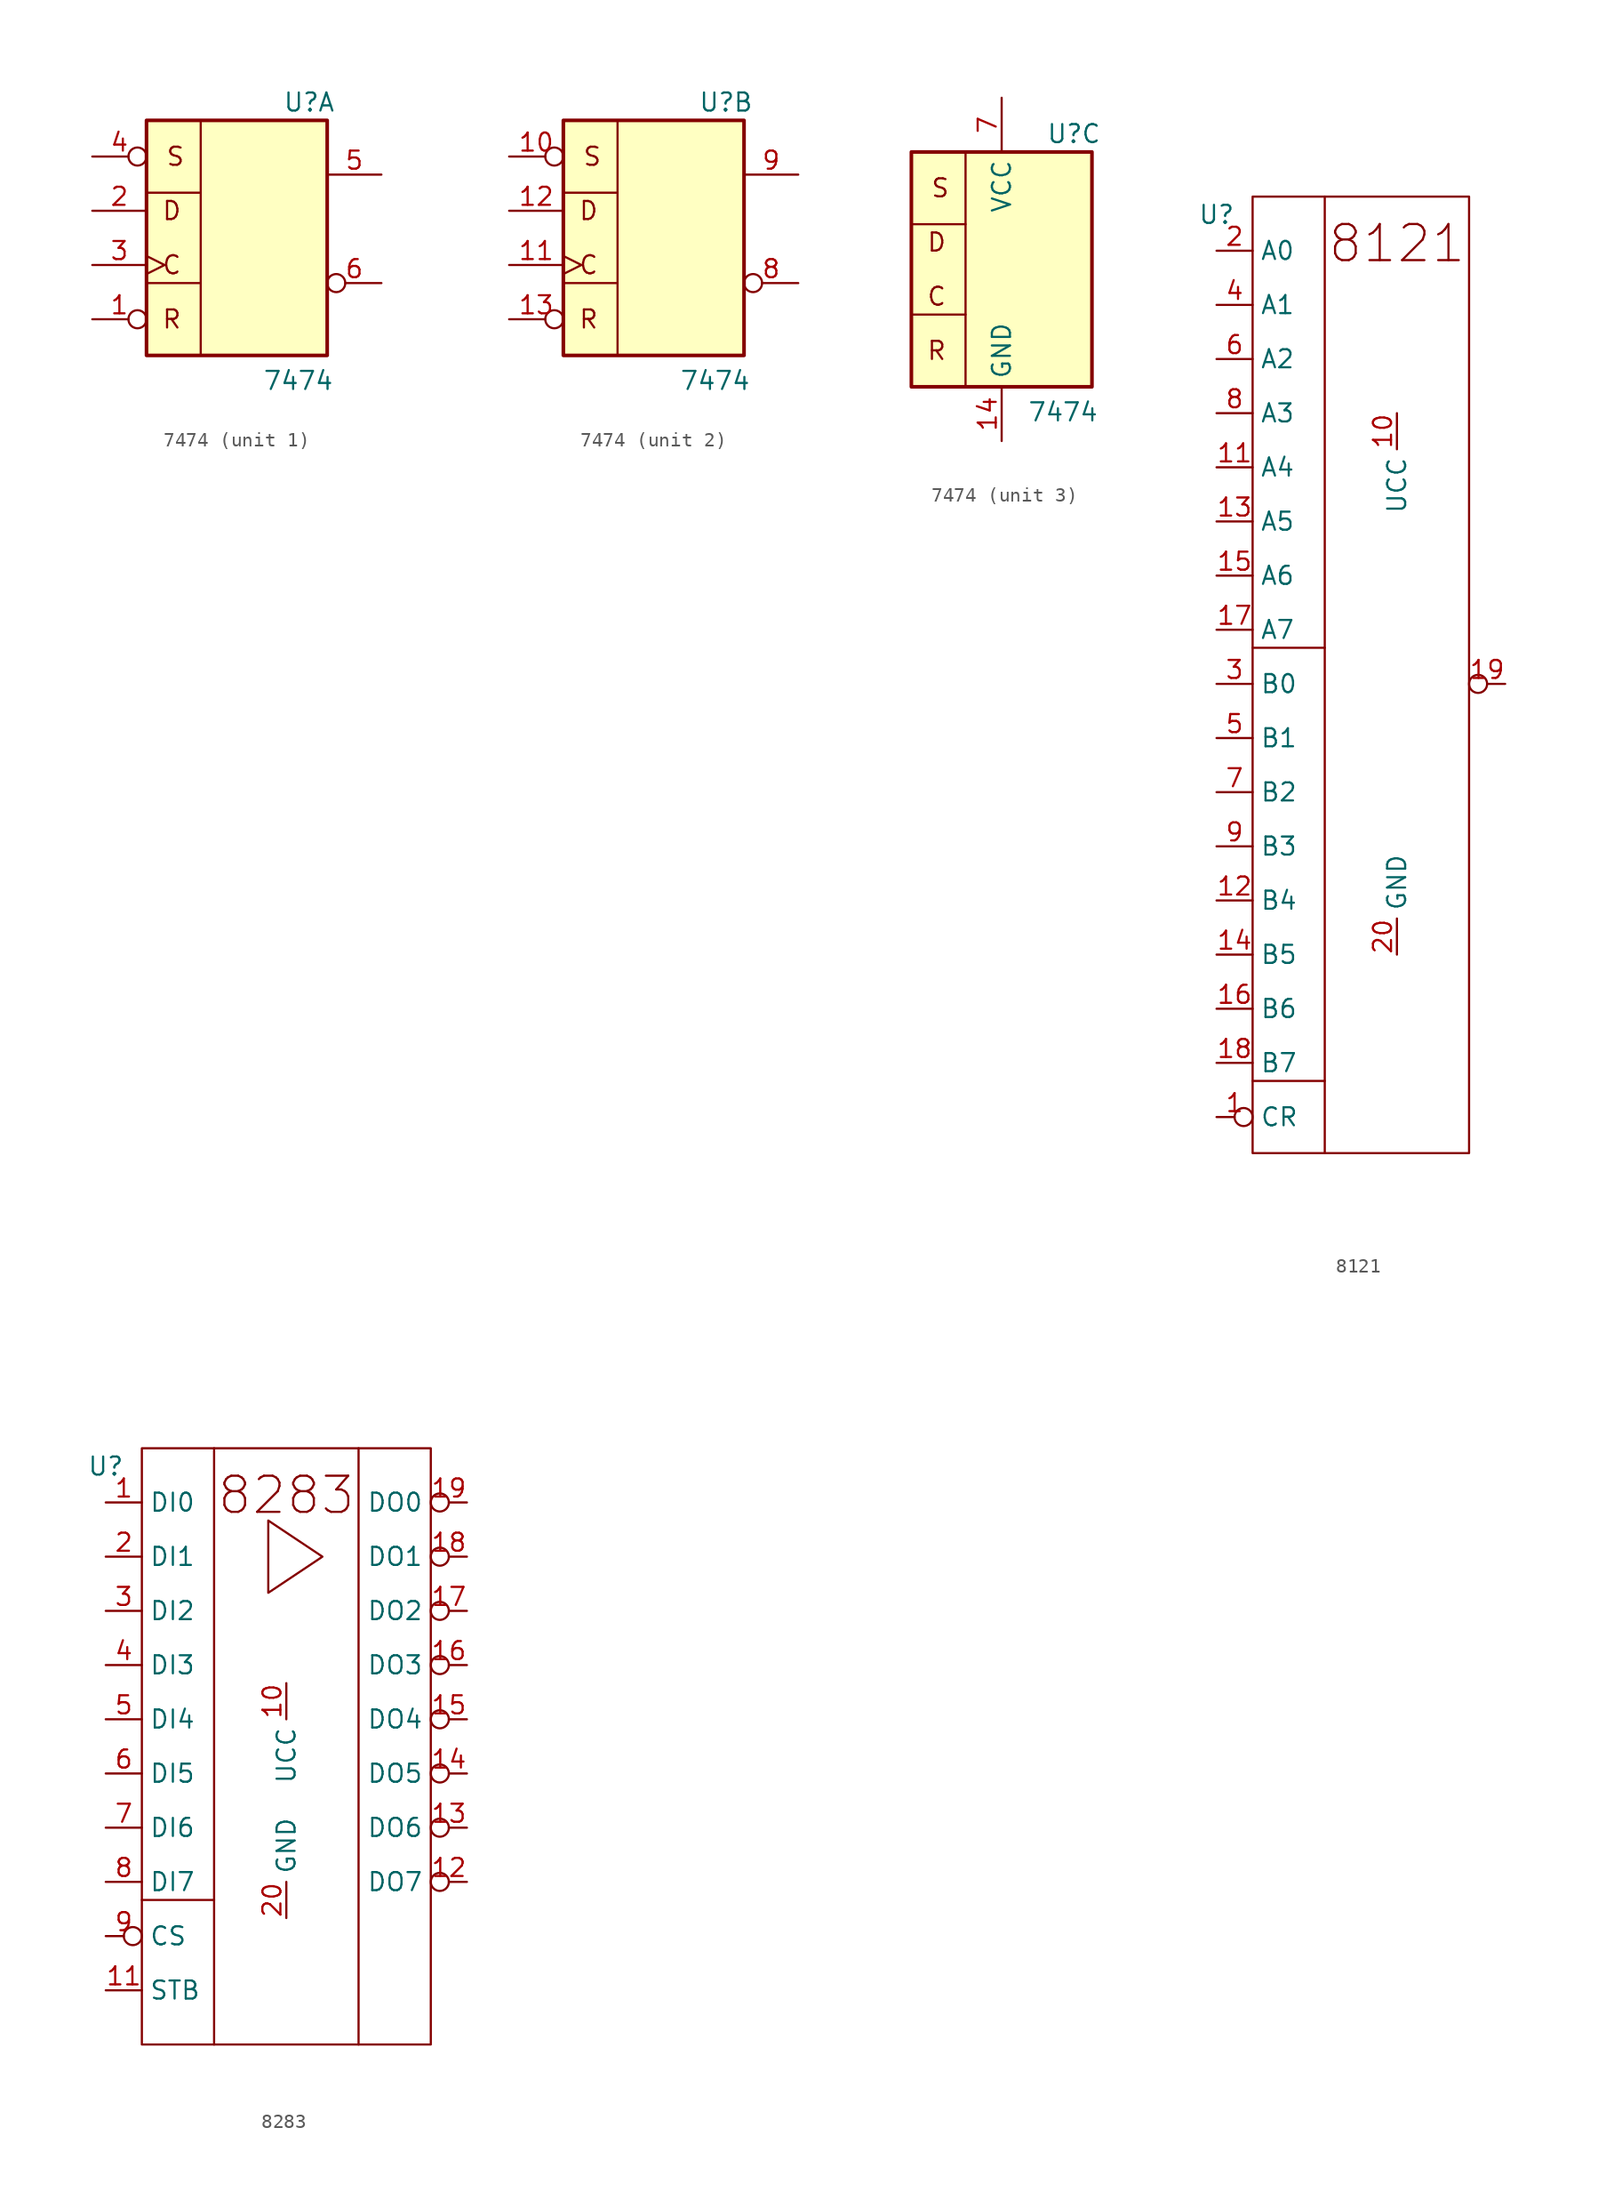
<source format=kicad_sym>
(kicad_symbol_lib
  (version 20231120)
  (generator "kicad_symbol_editor")
  (generator_version "8.0")
  (symbol "7474"
    (property "Reference" "U"
      (at 6.35 7.62 0)
      (effects (font (size 1.27 1.27))))
    (property "Value" "7474"
      (at 5.588 -11.938 0)
      (effects (font (size 1.27 1.27))))
    (property "ki_locked" ""
      (at 0 0 0)
      (effects (font (size 1.27 1.27))))
    (symbol "7474_0_1"
      (rectangle (start -5.08 6.35) (end 7.62 -10.16) (stroke (width 0.254) (type default)) (fill (type background)))
      (polyline (pts (xy -5.08 -5.08) (xy -1.27 -5.08)) (stroke (width 0) (type default)) (fill (type none)))
      (polyline (pts (xy -5.08 1.27) (xy -1.27 1.27)) (stroke (width 0) (type default)) (fill (type none)))
      (polyline (pts (xy -1.27 6.35) (xy -1.27 -10.16)) (stroke (width 0) (type default)) (fill (type none))))
    (symbol "7474_1_1"
      (text "C" (at -3.302 -3.81 0) (effects (font (size 1.27 1.27))))
      (text "D" (at -3.302 0 0) (effects (font (size 1.27 1.27))))
      (text "R" (at -3.302 -7.62 0) (effects (font (size 1.27 1.27))))
      (text "S" (at -3.048 3.81 0) (effects (font (size 1.27 1.27))))
      (pin input inverted (at -8.89 -7.62 0) (length 3.81) (name "~" (effects (font (size 1.27 1.27)))) (number "1" (effects (font (size 1.27 1.27)))))
      (pin input line (at -8.89 0 0) (length 3.81) (name "~" (effects (font (size 1.27 1.27)))) (number "2" (effects (font (size 1.27 1.27)))))
      (pin input clock (at -8.89 -3.81 0) (length 3.81) (name "~" (effects (font (size 1.27 1.27)))) (number "3" (effects (font (size 1.27 1.27)))))
      (pin input inverted (at -8.89 3.81 0) (length 3.81) (name "~" (effects (font (size 1.27 1.27)))) (number "4" (effects (font (size 1.27 1.27)))))
      (pin output line (at 11.43 2.54 180) (length 3.81) (name "~" (effects (font (size 1.27 1.27)))) (number "5" (effects (font (size 1.27 1.27)))))
      (pin output inverted (at 11.43 -5.08 180) (length 3.81) (name "~" (effects (font (size 1.27 1.27)))) (number "6" (effects (font (size 1.27 1.27))))))
    (symbol "7474_2_1"
      (text "C" (at -3.302 -3.81 0) (effects (font (size 1.27 1.27))))
      (text "D" (at -3.302 0 0) (effects (font (size 1.27 1.27))))
      (text "R" (at -3.302 -7.62 0) (effects (font (size 1.27 1.27))))
      (text "S" (at -3.048 3.81 0) (effects (font (size 1.27 1.27))))
      (pin input inverted (at -8.89 3.81 0) (length 3.81) (name "~" (effects (font (size 1.27 1.27)))) (number "10" (effects (font (size 1.27 1.27)))))
      (pin input clock (at -8.89 -3.81 0) (length 3.81) (name "~" (effects (font (size 1.27 1.27)))) (number "11" (effects (font (size 1.27 1.27)))))
      (pin input line (at -8.89 0 0) (length 3.81) (name "~" (effects (font (size 1.27 1.27)))) (number "12" (effects (font (size 1.27 1.27)))))
      (pin input inverted (at -8.89 -7.62 0) (length 3.81) (name "~" (effects (font (size 1.27 1.27)))) (number "13" (effects (font (size 1.27 1.27)))))
      (pin output inverted (at 11.43 -5.08 180) (length 3.81) (name "~" (effects (font (size 1.27 1.27)))) (number "8" (effects (font (size 1.27 1.27)))))
      (pin output line (at 11.43 2.54 180) (length 3.81) (name "~" (effects (font (size 1.27 1.27)))) (number "9" (effects (font (size 1.27 1.27))))))
    (symbol "7474_3_1"
      (text "C" (at -3.302 -3.81 0) (effects (font (size 1.27 1.27))))
      (text "D" (at -3.302 0 0) (effects (font (size 1.27 1.27))))
      (text "R" (at -3.302 -7.62 0) (effects (font (size 1.27 1.27))))
      (text "S" (at -3.048 3.81 0) (effects (font (size 1.27 1.27))))
      (pin power_in line (at 1.27 -13.97 90) (length 3.81) (name "GND" (effects (font (size 1.27 1.27)))) (number "14" (effects (font (size 1.27 1.27)))))
      (pin power_in line (at 1.27 10.16 270) (length 3.81) (name "VCC" (effects (font (size 1.27 1.27)))) (number "7" (effects (font (size 1.27 1.27)))))))
  (symbol "8121"
    (property "Reference" "U"
      (at 0 2.54 0)
      (effects (font (size 1.27 1.27))))
    (property "Value" ""
      (at 2.54 6.35 0)
      (effects (font (size 1.27 1.27))))
    (symbol "8121_0_1"
      (polyline (pts (xy 2.54 -58.42) (xy 7.62 -58.42)) (stroke (width 0) (type default)) (fill (type none)))
      (polyline (pts (xy 2.54 -27.94) (xy 7.62 -27.94)) (stroke (width 0) (type default)) (fill (type none)))
      (polyline (pts (xy 7.62 3.81) (xy 7.62 -63.5)) (stroke (width 0) (type default)) (fill (type none)))
      (rectangle (start 2.54 3.81) (end 17.78 -63.5) (stroke (width 0) (type default)) (fill (type none))))
    (symbol "8121_1_1"
      (text "8121" (at 12.7 0.508 0) (effects (font (size 2.54 2.54))))
      (pin input inverted (at 0 -60.96 0) (length 2.54) (name "CR" (effects (font (size 1.27 1.27)))) (number "1" (effects (font (size 1.27 1.27)))))
      (pin power_in line (at 12.7 -11.43 270) (length 2.54) (name "UCC" (effects (font (size 1.27 1.27)))) (number "10" (effects (font (size 1.27 1.27)))))
      (pin input line (at 0 -15.24 0) (length 2.54) (name "A4" (effects (font (size 1.27 1.27)))) (number "11" (effects (font (size 1.27 1.27)))))
      (pin input line (at 0 -45.72 0) (length 2.54) (name "B4" (effects (font (size 1.27 1.27)))) (number "12" (effects (font (size 1.27 1.27)))))
      (pin input line (at 0 -19.05 0) (length 2.54) (name "A5" (effects (font (size 1.27 1.27)))) (number "13" (effects (font (size 1.27 1.27)))))
      (pin input line (at 0 -49.53 0) (length 2.54) (name "B5" (effects (font (size 1.27 1.27)))) (number "14" (effects (font (size 1.27 1.27)))))
      (pin input line (at 0 -22.86 0) (length 2.54) (name "A6" (effects (font (size 1.27 1.27)))) (number "15" (effects (font (size 1.27 1.27)))))
      (pin input line (at 0 -53.34 0) (length 2.54) (name "B6" (effects (font (size 1.27 1.27)))) (number "16" (effects (font (size 1.27 1.27)))))
      (pin input line (at 0 -26.67 0) (length 2.54) (name "A7" (effects (font (size 1.27 1.27)))) (number "17" (effects (font (size 1.27 1.27)))))
      (pin input line (at 0 -57.15 0) (length 2.54) (name "B7" (effects (font (size 1.27 1.27)))) (number "18" (effects (font (size 1.27 1.27)))))
      (pin output inverted (at 20.32 -30.48 180) (length 2.54) (name "" (effects (font (size 1.27 1.27)))) (number "19" (effects (font (size 1.27 1.27)))))
      (pin input line (at 0 0 0) (length 2.54) (name "A0" (effects (font (size 1.27 1.27)))) (number "2" (effects (font (size 1.27 1.27)))))
      (pin power_in line (at 12.7 -49.53 90) (length 2.54) (name "GND" (effects (font (size 1.27 1.27)))) (number "20" (effects (font (size 1.27 1.27)))))
      (pin input line (at 0 -30.48 0) (length 2.54) (name "B0" (effects (font (size 1.27 1.27)))) (number "3" (effects (font (size 1.27 1.27)))))
      (pin input line (at 0 -3.81 0) (length 2.54) (name "A1" (effects (font (size 1.27 1.27)))) (number "4" (effects (font (size 1.27 1.27)))))
      (pin input line (at 0 -34.29 0) (length 2.54) (name "B1" (effects (font (size 1.27 1.27)))) (number "5" (effects (font (size 1.27 1.27)))))
      (pin input line (at 0 -7.62 0) (length 2.54) (name "A2" (effects (font (size 1.27 1.27)))) (number "6" (effects (font (size 1.27 1.27)))))
      (pin input line (at 0 -38.1 0) (length 2.54) (name "B2" (effects (font (size 1.27 1.27)))) (number "7" (effects (font (size 1.27 1.27)))))
      (pin input line (at 0 -11.43 0) (length 2.54) (name "A3" (effects (font (size 1.27 1.27)))) (number "8" (effects (font (size 1.27 1.27)))))
      (pin input line (at 0 -41.91 0) (length 2.54) (name "B3" (effects (font (size 1.27 1.27)))) (number "9" (effects (font (size 1.27 1.27)))))))
  (symbol "8283"
    (property "Reference" "U"
      (at 0 2.54 0)
      (effects (font (size 1.27 1.27))))
    (property "Value" ""
      (at 2.54 6.35 0)
      (effects (font (size 1.27 1.27))))
    (symbol "8283_0_1"
      (polyline (pts (xy 2.54 -27.94) (xy 7.62 -27.94)) (stroke (width 0) (type default)) (fill (type none)))
      (polyline (pts (xy 7.62 3.81) (xy 7.62 -38.1)) (stroke (width 0) (type default)) (fill (type none)))
      (polyline (pts (xy 17.78 3.81) (xy 17.78 -38.1)) (stroke (width 0) (type default)) (fill (type none)))
      (polyline (pts (xy 11.43 -1.27) (xy 15.24 -3.81) (xy 11.43 -6.35) (xy 11.43 -1.27)) (stroke (width 0) (type default)) (fill (type none)))
      (rectangle (start 2.54 3.81) (end 22.86 -38.1) (stroke (width 0) (type default)) (fill (type none))))
    (symbol "8283_1_1"
      (text "8283" (at 12.7 0.508 0) (effects (font (size 2.54 2.54))))
      (pin input line (at 0 0 0) (length 2.54) (name "DI0" (effects (font (size 1.27 1.27)))) (number "1" (effects (font (size 1.27 1.27)))))
      (pin power_in line (at 12.7 -12.7 270) (length 2.54) (name "UCC" (effects (font (size 1.27 1.27)))) (number "10" (effects (font (size 1.27 1.27)))))
      (pin input line (at 0 -34.29 0) (length 2.54) (name "STB" (effects (font (size 1.27 1.27)))) (number "11" (effects (font (size 1.27 1.27)))))
      (pin tri_state inverted (at 25.4 -26.67 180) (length 2.54) (name "DO7" (effects (font (size 1.27 1.27)))) (number "12" (effects (font (size 1.27 1.27)))))
      (pin tri_state inverted (at 25.4 -22.86 180) (length 2.54) (name "DO6" (effects (font (size 1.27 1.27)))) (number "13" (effects (font (size 1.27 1.27)))))
      (pin tri_state inverted (at 25.4 -19.05 180) (length 2.54) (name "DO5" (effects (font (size 1.27 1.27)))) (number "14" (effects (font (size 1.27 1.27)))))
      (pin tri_state inverted (at 25.4 -15.24 180) (length 2.54) (name "DO4" (effects (font (size 1.27 1.27)))) (number "15" (effects (font (size 1.27 1.27)))))
      (pin tri_state inverted (at 25.4 -11.43 180) (length 2.54) (name "DO3" (effects (font (size 1.27 1.27)))) (number "16" (effects (font (size 1.27 1.27)))))
      (pin tri_state inverted (at 25.4 -7.62 180) (length 2.54) (name "DO2" (effects (font (size 1.27 1.27)))) (number "17" (effects (font (size 1.27 1.27)))))
      (pin tri_state inverted (at 25.4 -3.81 180) (length 2.54) (name "DO1" (effects (font (size 1.27 1.27)))) (number "18" (effects (font (size 1.27 1.27)))))
      (pin tri_state inverted (at 25.4 0 180) (length 2.54) (name "DO0" (effects (font (size 1.27 1.27)))) (number "19" (effects (font (size 1.27 1.27)))))
      (pin input line (at 0 -3.81 0) (length 2.54) (name "DI1" (effects (font (size 1.27 1.27)))) (number "2" (effects (font (size 1.27 1.27)))))
      (pin power_in line (at 12.7 -29.21 90) (length 2.54) (name "GND" (effects (font (size 1.27 1.27)))) (number "20" (effects (font (size 1.27 1.27)))))
      (pin input line (at 0 -7.62 0) (length 2.54) (name "DI2" (effects (font (size 1.27 1.27)))) (number "3" (effects (font (size 1.27 1.27)))))
      (pin input line (at 0 -11.43 0) (length 2.54) (name "DI3" (effects (font (size 1.27 1.27)))) (number "4" (effects (font (size 1.27 1.27)))))
      (pin input line (at 0 -15.24 0) (length 2.54) (name "DI4" (effects (font (size 1.27 1.27)))) (number "5" (effects (font (size 1.27 1.27)))))
      (pin input line (at 0 -19.05 0) (length 2.54) (name "DI5" (effects (font (size 1.27 1.27)))) (number "6" (effects (font (size 1.27 1.27)))))
      (pin input line (at 0 -22.86 0) (length 2.54) (name "DI6" (effects (font (size 1.27 1.27)))) (number "7" (effects (font (size 1.27 1.27)))))
      (pin input line (at 0 -26.67 0) (length 2.54) (name "DI7" (effects (font (size 1.27 1.27)))) (number "8" (effects (font (size 1.27 1.27)))))
      (pin input inverted (at 0 -30.48 0) (length 2.54) (name "CS" (effects (font (size 1.27 1.27)))) (number "9" (effects (font (size 1.27 1.27))))))))
</source>
